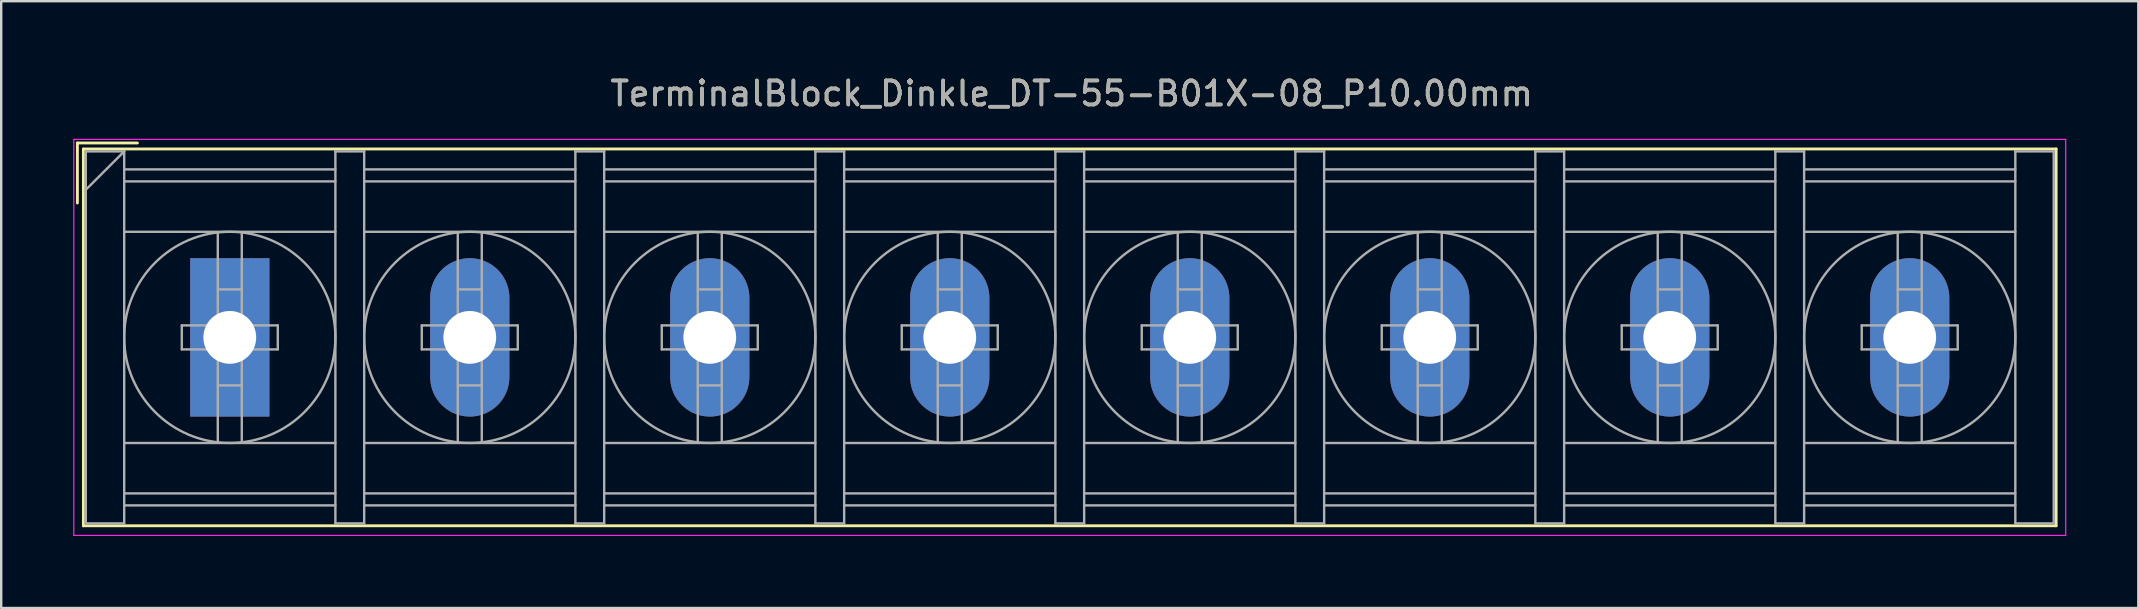
<source format=kicad_pcb>
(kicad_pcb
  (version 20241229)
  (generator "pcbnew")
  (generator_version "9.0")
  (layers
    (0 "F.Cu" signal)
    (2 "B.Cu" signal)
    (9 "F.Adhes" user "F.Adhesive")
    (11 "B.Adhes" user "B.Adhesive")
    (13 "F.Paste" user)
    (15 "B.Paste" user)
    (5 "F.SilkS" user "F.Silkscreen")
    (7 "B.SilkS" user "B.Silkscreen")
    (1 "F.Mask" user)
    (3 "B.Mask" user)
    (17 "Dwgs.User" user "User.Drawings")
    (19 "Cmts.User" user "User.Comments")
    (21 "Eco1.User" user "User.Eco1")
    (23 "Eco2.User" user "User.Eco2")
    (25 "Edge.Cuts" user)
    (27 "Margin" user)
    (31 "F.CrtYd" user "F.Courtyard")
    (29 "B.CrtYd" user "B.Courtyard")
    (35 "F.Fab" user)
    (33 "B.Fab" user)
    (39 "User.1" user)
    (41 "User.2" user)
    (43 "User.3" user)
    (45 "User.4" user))
  (footprint "TerminalBlock_Dinkle_DT-55-B01X-08_P10.00mm"
    (layer "F.Cu")
    (at 6.525 11.008)
    (property "Reference" "TerminalBlock_Dinkle_DT-55-B01X-08_P10.00mm" (at 35.08 -10.16 0) (layer "F.SilkS") (effects (font (size 1 1) (thickness 0.15))))
    (attr through_hole)
    (fp_line (start -6.35 -8.1) (end -3.85 -8.1) (stroke (width 0.12) (type solid)) (layer "F.SilkS"))
    (fp_line (start -6.35 -5.6) (end -6.35 -8.1) (stroke (width 0.12) (type solid)) (layer "F.SilkS"))
    (fp_line (start -6.1 -7.85) (end 76.1 -7.85) (stroke (width 0.12) (type solid)) (layer "F.SilkS"))
    (fp_line (start -6.1 7.85) (end -6.1 -7.85) (stroke (width 0.12) (type solid)) (layer "F.SilkS"))
    (fp_line (start -6.1 7.85) (end 76.1 7.85) (stroke (width 0.12) (type solid)) (layer "F.SilkS"))
    (fp_line (start 76.1 -7.85) (end 76.1 7.85) (stroke (width 0.12) (type solid)) (layer "F.SilkS"))
    (fp_line (start -6.5 -8.25) (end 76.5 -8.25) (stroke (width 0.05) (type solid)) (layer "F.CrtYd"))
    (fp_line (start -6.5 8.25) (end -6.5 -8.25) (stroke (width 0.05) (type solid)) (layer "F.CrtYd"))
    (fp_line (start -6.5 8.25) (end 76.5 8.25) (stroke (width 0.05) (type solid)) (layer "F.CrtYd"))
    (fp_line (start 76.5 -8.25) (end 76.5 8.25) (stroke (width 0.05) (type solid)) (layer "F.CrtYd"))
    (fp_line (start -6 -7.75) (end -6 7.75) (stroke (width 0.1) (type solid)) (layer "F.Fab"))
    (fp_line (start -6 -7.75) (end -4.4 -7.75) (stroke (width 0.1) (type solid)) (layer "F.Fab"))
    (fp_line (start -6 7.75) (end -4.4 7.75) (stroke (width 0.1) (type solid)) (layer "F.Fab"))
    (fp_line (start -4.4 -7.75) (end -6 -6.15) (stroke (width 0.1) (type solid)) (layer "F.Fab"))
    (fp_line (start -4.4 -7.75) (end -4.4 7.75) (stroke (width 0.1) (type solid)) (layer "F.Fab"))
    (fp_line (start -4.4 -7) (end 4.4 -7) (stroke (width 0.1) (type solid)) (layer "F.Fab"))
    (fp_line (start -4.4 -6.5) (end 4.4 -6.5) (stroke (width 0.1) (type solid)) (layer "F.Fab"))
    (fp_line (start -4.4 -4.4) (end 4.4 -4.4) (stroke (width 0.1) (type solid)) (layer "F.Fab"))
    (fp_line (start -4.4 4.4) (end 4.4 4.4) (stroke (width 0.1) (type solid)) (layer "F.Fab"))
    (fp_line (start -4.4 6.5) (end 4.4 6.5) (stroke (width 0.1) (type solid)) (layer "F.Fab"))
    (fp_line (start -4.4 7) (end 4.4 7) (stroke (width 0.1) (type solid)) (layer "F.Fab"))
    (fp_line (start -2 -0.5) (end -2 0.5) (stroke (width 0.1) (type solid)) (layer "F.Fab"))
    (fp_line (start -2 0.5) (end -0.5 0.5) (stroke (width 0.1) (type solid)) (layer "F.Fab"))
    (fp_line (start -0.5 -4.35) (end -0.5 -0.5) (stroke (width 0.1) (type solid)) (layer "F.Fab"))
    (fp_line (start -0.5 -2) (end 0.5 -2) (stroke (width 0.1) (type solid)) (layer "F.Fab"))
    (fp_line (start -0.5 -0.5) (end -2 -0.5) (stroke (width 0.1) (type solid)) (layer "F.Fab"))
    (fp_line (start -0.5 0.5) (end -0.5 4.35) (stroke (width 0.1) (type solid)) (layer "F.Fab"))
    (fp_line (start -0.5 2) (end 0.5 2) (stroke (width 0.1) (type solid)) (layer "F.Fab"))
    (fp_line (start 0.5 -4.35) (end 0.5 -0.5) (stroke (width 0.1) (type solid)) (layer "F.Fab"))
    (fp_line (start 0.5 -0.5) (end 2 -0.5) (stroke (width 0.1) (type solid)) (layer "F.Fab"))
    (fp_line (start 0.5 0.5) (end 0.5 4.35) (stroke (width 0.1) (type solid)) (layer "F.Fab"))
    (fp_line (start 2 -0.5) (end 2 0.5) (stroke (width 0.1) (type solid)) (layer "F.Fab"))
    (fp_line (start 2 0.5) (end 0.5 0.5) (stroke (width 0.1) (type solid)) (layer "F.Fab"))
    (fp_line (start 4.4 -7.75) (end 4.4 7.75) (stroke (width 0.1) (type solid)) (layer "F.Fab"))
    (fp_line (start 4.4 -7.75) (end 5.6 -7.75) (stroke (width 0.1) (type solid)) (layer "F.Fab"))
    (fp_line (start 4.4 7.75) (end 5.6 7.75) (stroke (width 0.1) (type solid)) (layer "F.Fab"))
    (fp_line (start 5.6 -7.75) (end 5.6 7.75) (stroke (width 0.1) (type solid)) (layer "F.Fab"))
    (fp_line (start 5.6 -7) (end 14.4 -7) (stroke (width 0.1) (type solid)) (layer "F.Fab"))
    (fp_line (start 5.6 -6.5) (end 14.4 -6.5) (stroke (width 0.1) (type solid)) (layer "F.Fab"))
    (fp_line (start 5.6 -4.4) (end 14.4 -4.4) (stroke (width 0.1) (type solid)) (layer "F.Fab"))
    (fp_line (start 5.6 4.4) (end 14.4 4.4) (stroke (width 0.1) (type solid)) (layer "F.Fab"))
    (fp_line (start 5.6 6.5) (end 14.4 6.5) (stroke (width 0.1) (type solid)) (layer "F.Fab"))
    (fp_line (start 5.6 7) (end 14.4 7) (stroke (width 0.1) (type solid)) (layer "F.Fab"))
    (fp_line (start 8 -0.5) (end 8 0.5) (stroke (width 0.1) (type solid)) (layer "F.Fab"))
    (fp_line (start 8 0.5) (end 9.5 0.5) (stroke (width 0.1) (type solid)) (layer "F.Fab"))
    (fp_line (start 9.5 -4.35) (end 9.5 -0.5) (stroke (width 0.1) (type solid)) (layer "F.Fab"))
    (fp_line (start 9.5 -2) (end 10.5 -2) (stroke (width 0.1) (type solid)) (layer "F.Fab"))
    (fp_line (start 9.5 -0.5) (end 8 -0.5) (stroke (width 0.1) (type solid)) (layer "F.Fab"))
    (fp_line (start 9.5 0.5) (end 9.5 4.35) (stroke (width 0.1) (type solid)) (layer "F.Fab"))
    (fp_line (start 9.5 2) (end 10.5 2) (stroke (width 0.1) (type solid)) (layer "F.Fab"))
    (fp_line (start 10.5 -4.35) (end 10.5 -0.5) (stroke (width 0.1) (type solid)) (layer "F.Fab"))
    (fp_line (start 10.5 -0.5) (end 12 -0.5) (stroke (width 0.1) (type solid)) (layer "F.Fab"))
    (fp_line (start 10.5 0.5) (end 10.5 4.35) (stroke (width 0.1) (type solid)) (layer "F.Fab"))
    (fp_line (start 12 -0.5) (end 12 0.5) (stroke (width 0.1) (type solid)) (layer "F.Fab"))
    (fp_line (start 12 0.5) (end 10.5 0.5) (stroke (width 0.1) (type solid)) (layer "F.Fab"))
    (fp_line (start 14.4 -7.75) (end 14.4 7.75) (stroke (width 0.1) (type solid)) (layer "F.Fab"))
    (fp_line (start 14.4 -7.75) (end 15.6 -7.75) (stroke (width 0.1) (type solid)) (layer "F.Fab"))
    (fp_line (start 14.4 7.75) (end 15.6 7.75) (stroke (width 0.1) (type solid)) (layer "F.Fab"))
    (fp_line (start 15.6 -7.75) (end 15.6 7.75) (stroke (width 0.1) (type solid)) (layer "F.Fab"))
    (fp_line (start 15.6 -7) (end 24.4 -7) (stroke (width 0.1) (type solid)) (layer "F.Fab"))
    (fp_line (start 15.6 -6.5) (end 24.4 -6.5) (stroke (width 0.1) (type solid)) (layer "F.Fab"))
    (fp_line (start 15.6 -4.4) (end 24.4 -4.4) (stroke (width 0.1) (type solid)) (layer "F.Fab"))
    (fp_line (start 15.6 4.4) (end 24.4 4.4) (stroke (width 0.1) (type solid)) (layer "F.Fab"))
    (fp_line (start 15.6 6.5) (end 24.4 6.5) (stroke (width 0.1) (type solid)) (layer "F.Fab"))
    (fp_line (start 15.6 7) (end 24.4 7) (stroke (width 0.1) (type solid)) (layer "F.Fab"))
    (fp_line (start 18 -0.5) (end 18 0.5) (stroke (width 0.1) (type solid)) (layer "F.Fab"))
    (fp_line (start 18 0.5) (end 19.5 0.5) (stroke (width 0.1) (type solid)) (layer "F.Fab"))
    (fp_line (start 19.5 -4.35) (end 19.5 -0.5) (stroke (width 0.1) (type solid)) (layer "F.Fab"))
    (fp_line (start 19.5 -2) (end 20.5 -2) (stroke (width 0.1) (type solid)) (layer "F.Fab"))
    (fp_line (start 19.5 -0.5) (end 18 -0.5) (stroke (width 0.1) (type solid)) (layer "F.Fab"))
    (fp_line (start 19.5 0.5) (end 19.5 4.35) (stroke (width 0.1) (type solid)) (layer "F.Fab"))
    (fp_line (start 19.5 2) (end 20.5 2) (stroke (width 0.1) (type solid)) (layer "F.Fab"))
    (fp_line (start 20.5 -4.35) (end 20.5 -0.5) (stroke (width 0.1) (type solid)) (layer "F.Fab"))
    (fp_line (start 20.5 -0.5) (end 22 -0.5) (stroke (width 0.1) (type solid)) (layer "F.Fab"))
    (fp_line (start 20.5 0.5) (end 20.5 4.35) (stroke (width 0.1) (type solid)) (layer "F.Fab"))
    (fp_line (start 22 -0.5) (end 22 0.5) (stroke (width 0.1) (type solid)) (layer "F.Fab"))
    (fp_line (start 22 0.5) (end 20.5 0.5) (stroke (width 0.1) (type solid)) (layer "F.Fab"))
    (fp_line (start 24.4 -7.75) (end 24.4 7.75) (stroke (width 0.1) (type solid)) (layer "F.Fab"))
    (fp_line (start 24.4 -7.75) (end 25.6 -7.75) (stroke (width 0.1) (type solid)) (layer "F.Fab"))
    (fp_line (start 24.4 7.75) (end 25.6 7.75) (stroke (width 0.1) (type solid)) (layer "F.Fab"))
    (fp_line (start 25.6 -7.75) (end 25.6 7.75) (stroke (width 0.1) (type solid)) (layer "F.Fab"))
    (fp_line (start 25.6 -7) (end 34.4 -7) (stroke (width 0.1) (type solid)) (layer "F.Fab"))
    (fp_line (start 25.6 -6.5) (end 34.4 -6.5) (stroke (width 0.1) (type solid)) (layer "F.Fab"))
    (fp_line (start 25.6 -4.4) (end 34.4 -4.4) (stroke (width 0.1) (type solid)) (layer "F.Fab"))
    (fp_line (start 25.6 4.4) (end 34.4 4.4) (stroke (width 0.1) (type solid)) (layer "F.Fab"))
    (fp_line (start 25.6 6.5) (end 34.4 6.5) (stroke (width 0.1) (type solid)) (layer "F.Fab"))
    (fp_line (start 25.6 7) (end 34.4 7) (stroke (width 0.1) (type solid)) (layer "F.Fab"))
    (fp_line (start 28 -0.5) (end 28 0.5) (stroke (width 0.1) (type solid)) (layer "F.Fab"))
    (fp_line (start 28 0.5) (end 29.5 0.5) (stroke (width 0.1) (type solid)) (layer "F.Fab"))
    (fp_line (start 29.5 -4.35) (end 29.5 -0.5) (stroke (width 0.1) (type solid)) (layer "F.Fab"))
    (fp_line (start 29.5 -2) (end 30.5 -2) (stroke (width 0.1) (type solid)) (layer "F.Fab"))
    (fp_line (start 29.5 -0.5) (end 28 -0.5) (stroke (width 0.1) (type solid)) (layer "F.Fab"))
    (fp_line (start 29.5 0.5) (end 29.5 4.35) (stroke (width 0.1) (type solid)) (layer "F.Fab"))
    (fp_line (start 29.5 2) (end 30.5 2) (stroke (width 0.1) (type solid)) (layer "F.Fab"))
    (fp_line (start 30.5 -4.35) (end 30.5 -0.5) (stroke (width 0.1) (type solid)) (layer "F.Fab"))
    (fp_line (start 30.5 -0.5) (end 32 -0.5) (stroke (width 0.1) (type solid)) (layer "F.Fab"))
    (fp_line (start 30.5 0.5) (end 30.5 4.35) (stroke (width 0.1) (type solid)) (layer "F.Fab"))
    (fp_line (start 32 -0.5) (end 32 0.5) (stroke (width 0.1) (type solid)) (layer "F.Fab"))
    (fp_line (start 32 0.5) (end 30.5 0.5) (stroke (width 0.1) (type solid)) (layer "F.Fab"))
    (fp_line (start 34.4 -7.75) (end 34.4 7.75) (stroke (width 0.1) (type solid)) (layer "F.Fab"))
    (fp_line (start 34.4 -7.75) (end 35.6 -7.75) (stroke (width 0.1) (type solid)) (layer "F.Fab"))
    (fp_line (start 34.4 7.75) (end 35.6 7.75) (stroke (width 0.1) (type solid)) (layer "F.Fab"))
    (fp_line (start 35.6 -7.75) (end 35.6 7.75) (stroke (width 0.1) (type solid)) (layer "F.Fab"))
    (fp_line (start 35.6 -7) (end 44.4 -7) (stroke (width 0.1) (type solid)) (layer "F.Fab"))
    (fp_line (start 35.6 -6.5) (end 44.4 -6.5) (stroke (width 0.1) (type solid)) (layer "F.Fab"))
    (fp_line (start 35.6 -4.4) (end 44.4 -4.4) (stroke (width 0.1) (type solid)) (layer "F.Fab"))
    (fp_line (start 35.6 4.4) (end 44.4 4.4) (stroke (width 0.1) (type solid)) (layer "F.Fab"))
    (fp_line (start 35.6 6.5) (end 44.4 6.5) (stroke (width 0.1) (type solid)) (layer "F.Fab"))
    (fp_line (start 35.6 7) (end 44.4 7) (stroke (width 0.1) (type solid)) (layer "F.Fab"))
    (fp_line (start 38 -0.5) (end 38 0.5) (stroke (width 0.1) (type solid)) (layer "F.Fab"))
    (fp_line (start 38 0.5) (end 39.5 0.5) (stroke (width 0.1) (type solid)) (layer "F.Fab"))
    (fp_line (start 39.5 -4.35) (end 39.5 -0.5) (stroke (width 0.1) (type solid)) (layer "F.Fab"))
    (fp_line (start 39.5 -2) (end 40.5 -2) (stroke (width 0.1) (type solid)) (layer "F.Fab"))
    (fp_line (start 39.5 -0.5) (end 38 -0.5) (stroke (width 0.1) (type solid)) (layer "F.Fab"))
    (fp_line (start 39.5 0.5) (end 39.5 4.35) (stroke (width 0.1) (type solid)) (layer "F.Fab"))
    (fp_line (start 39.5 2) (end 40.5 2) (stroke (width 0.1) (type solid)) (layer "F.Fab"))
    (fp_line (start 40.5 -4.35) (end 40.5 -0.5) (stroke (width 0.1) (type solid)) (layer "F.Fab"))
    (fp_line (start 40.5 -0.5) (end 42 -0.5) (stroke (width 0.1) (type solid)) (layer "F.Fab"))
    (fp_line (start 40.5 0.5) (end 40.5 4.35) (stroke (width 0.1) (type solid)) (layer "F.Fab"))
    (fp_line (start 42 -0.5) (end 42 0.5) (stroke (width 0.1) (type solid)) (layer "F.Fab"))
    (fp_line (start 42 0.5) (end 40.5 0.5) (stroke (width 0.1) (type solid)) (layer "F.Fab"))
    (fp_line (start 44.4 -7.75) (end 44.4 7.75) (stroke (width 0.1) (type solid)) (layer "F.Fab"))
    (fp_line (start 44.4 -7.75) (end 45.6 -7.75) (stroke (width 0.1) (type solid)) (layer "F.Fab"))
    (fp_line (start 44.4 7.75) (end 45.6 7.75) (stroke (width 0.1) (type solid)) (layer "F.Fab"))
    (fp_line (start 45.6 -7.75) (end 45.6 7.75) (stroke (width 0.1) (type solid)) (layer "F.Fab"))
    (fp_line (start 45.6 -7) (end 54.4 -7) (stroke (width 0.1) (type solid)) (layer "F.Fab"))
    (fp_line (start 45.6 -6.5) (end 54.4 -6.5) (stroke (width 0.1) (type solid)) (layer "F.Fab"))
    (fp_line (start 45.6 -4.4) (end 54.4 -4.4) (stroke (width 0.1) (type solid)) (layer "F.Fab"))
    (fp_line (start 45.6 4.4) (end 54.4 4.4) (stroke (width 0.1) (type solid)) (layer "F.Fab"))
    (fp_line (start 45.6 6.5) (end 54.4 6.5) (stroke (width 0.1) (type solid)) (layer "F.Fab"))
    (fp_line (start 45.6 7) (end 54.4 7) (stroke (width 0.1) (type solid)) (layer "F.Fab"))
    (fp_line (start 48 -0.5) (end 48 0.5) (stroke (width 0.1) (type solid)) (layer "F.Fab"))
    (fp_line (start 48 0.5) (end 49.5 0.5) (stroke (width 0.1) (type solid)) (layer "F.Fab"))
    (fp_line (start 49.5 -4.35) (end 49.5 -0.5) (stroke (width 0.1) (type solid)) (layer "F.Fab"))
    (fp_line (start 49.5 -2) (end 50.5 -2) (stroke (width 0.1) (type solid)) (layer "F.Fab"))
    (fp_line (start 49.5 -0.5) (end 48 -0.5) (stroke (width 0.1) (type solid)) (layer "F.Fab"))
    (fp_line (start 49.5 0.5) (end 49.5 4.35) (stroke (width 0.1) (type solid)) (layer "F.Fab"))
    (fp_line (start 49.5 2) (end 50.5 2) (stroke (width 0.1) (type solid)) (layer "F.Fab"))
    (fp_line (start 50.5 -4.35) (end 50.5 -0.5) (stroke (width 0.1) (type solid)) (layer "F.Fab"))
    (fp_line (start 50.5 -0.5) (end 52 -0.5) (stroke (width 0.1) (type solid)) (layer "F.Fab"))
    (fp_line (start 50.5 0.5) (end 50.5 4.35) (stroke (width 0.1) (type solid)) (layer "F.Fab"))
    (fp_line (start 52 -0.5) (end 52 0.5) (stroke (width 0.1) (type solid)) (layer "F.Fab"))
    (fp_line (start 52 0.5) (end 50.5 0.5) (stroke (width 0.1) (type solid)) (layer "F.Fab"))
    (fp_line (start 54.4 -7.75) (end 54.4 7.75) (stroke (width 0.1) (type solid)) (layer "F.Fab"))
    (fp_line (start 54.4 -7.75) (end 55.6 -7.75) (stroke (width 0.1) (type solid)) (layer "F.Fab"))
    (fp_line (start 54.4 7.75) (end 55.6 7.75) (stroke (width 0.1) (type solid)) (layer "F.Fab"))
    (fp_line (start 55.6 -7.75) (end 55.6 7.75) (stroke (width 0.1) (type solid)) (layer "F.Fab"))
    (fp_line (start 55.6 -7) (end 64.4 -7) (stroke (width 0.1) (type solid)) (layer "F.Fab"))
    (fp_line (start 55.6 -6.5) (end 64.4 -6.5) (stroke (width 0.1) (type solid)) (layer "F.Fab"))
    (fp_line (start 55.6 -4.4) (end 64.4 -4.4) (stroke (width 0.1) (type solid)) (layer "F.Fab"))
    (fp_line (start 55.6 4.4) (end 64.4 4.4) (stroke (width 0.1) (type solid)) (layer "F.Fab"))
    (fp_line (start 55.6 6.5) (end 64.4 6.5) (stroke (width 0.1) (type solid)) (layer "F.Fab"))
    (fp_line (start 55.6 7) (end 64.4 7) (stroke (width 0.1) (type solid)) (layer "F.Fab"))
    (fp_line (start 58 -0.5) (end 58 0.5) (stroke (width 0.1) (type solid)) (layer "F.Fab"))
    (fp_line (start 58 0.5) (end 59.5 0.5) (stroke (width 0.1) (type solid)) (layer "F.Fab"))
    (fp_line (start 59.5 -4.35) (end 59.5 -0.5) (stroke (width 0.1) (type solid)) (layer "F.Fab"))
    (fp_line (start 59.5 -2) (end 60.5 -2) (stroke (width 0.1) (type solid)) (layer "F.Fab"))
    (fp_line (start 59.5 -0.5) (end 58 -0.5) (stroke (width 0.1) (type solid)) (layer "F.Fab"))
    (fp_line (start 59.5 0.5) (end 59.5 4.35) (stroke (width 0.1) (type solid)) (layer "F.Fab"))
    (fp_line (start 59.5 2) (end 60.5 2) (stroke (width 0.1) (type solid)) (layer "F.Fab"))
    (fp_line (start 60.5 -4.35) (end 60.5 -0.5) (stroke (width 0.1) (type solid)) (layer "F.Fab"))
    (fp_line (start 60.5 -0.5) (end 62 -0.5) (stroke (width 0.1) (type solid)) (layer "F.Fab"))
    (fp_line (start 60.5 0.5) (end 60.5 4.35) (stroke (width 0.1) (type solid)) (layer "F.Fab"))
    (fp_line (start 62 -0.5) (end 62 0.5) (stroke (width 0.1) (type solid)) (layer "F.Fab"))
    (fp_line (start 62 0.5) (end 60.5 0.5) (stroke (width 0.1) (type solid)) (layer "F.Fab"))
    (fp_line (start 64.4 -7.75) (end 64.4 7.75) (stroke (width 0.1) (type solid)) (layer "F.Fab"))
    (fp_line (start 64.4 -7.75) (end 65.6 -7.75) (stroke (width 0.1) (type solid)) (layer "F.Fab"))
    (fp_line (start 64.4 7.75) (end 65.6 7.75) (stroke (width 0.1) (type solid)) (layer "F.Fab"))
    (fp_line (start 65.6 -7.75) (end 65.6 7.75) (stroke (width 0.1) (type solid)) (layer "F.Fab"))
    (fp_line (start 65.6 -7) (end 74.4 -7) (stroke (width 0.1) (type solid)) (layer "F.Fab"))
    (fp_line (start 65.6 -6.5) (end 74.4 -6.5) (stroke (width 0.1) (type solid)) (layer "F.Fab"))
    (fp_line (start 65.6 -4.4) (end 74.4 -4.4) (stroke (width 0.1) (type solid)) (layer "F.Fab"))
    (fp_line (start 65.6 4.4) (end 74.4 4.4) (stroke (width 0.1) (type solid)) (layer "F.Fab"))
    (fp_line (start 65.6 6.5) (end 74.4 6.5) (stroke (width 0.1) (type solid)) (layer "F.Fab"))
    (fp_line (start 65.6 7) (end 74.4 7) (stroke (width 0.1) (type solid)) (layer "F.Fab"))
    (fp_line (start 68 -0.5) (end 68 0.5) (stroke (width 0.1) (type solid)) (layer "F.Fab"))
    (fp_line (start 68 0.5) (end 69.5 0.5) (stroke (width 0.1) (type solid)) (layer "F.Fab"))
    (fp_line (start 69.5 -4.35) (end 69.5 -0.5) (stroke (width 0.1) (type solid)) (layer "F.Fab"))
    (fp_line (start 69.5 -2) (end 70.5 -2) (stroke (width 0.1) (type solid)) (layer "F.Fab"))
    (fp_line (start 69.5 -0.5) (end 68 -0.5) (stroke (width 0.1) (type solid)) (layer "F.Fab"))
    (fp_line (start 69.5 0.5) (end 69.5 4.35) (stroke (width 0.1) (type solid)) (layer "F.Fab"))
    (fp_line (start 69.5 2) (end 70.5 2) (stroke (width 0.1) (type solid)) (layer "F.Fab"))
    (fp_line (start 70.5 -4.35) (end 70.5 -0.5) (stroke (width 0.1) (type solid)) (layer "F.Fab"))
    (fp_line (start 70.5 -0.5) (end 72 -0.5) (stroke (width 0.1) (type solid)) (layer "F.Fab"))
    (fp_line (start 70.5 0.5) (end 70.5 4.35) (stroke (width 0.1) (type solid)) (layer "F.Fab"))
    (fp_line (start 72 -0.5) (end 72 0.5) (stroke (width 0.1) (type solid)) (layer "F.Fab"))
    (fp_line (start 72 0.5) (end 70.5 0.5) (stroke (width 0.1) (type solid)) (layer "F.Fab"))
    (fp_line (start 74.4 -7.75) (end 74.4 7.75) (stroke (width 0.1) (type solid)) (layer "F.Fab"))
    (fp_line (start 74.4 -7.75) (end 76 -7.75) (stroke (width 0.1) (type solid)) (layer "F.Fab"))
    (fp_line (start 74.4 7.75) (end 76 7.75) (stroke (width 0.1) (type solid)) (layer "F.Fab"))
    (fp_line (start 76 -7.75) (end 76 7.75) (stroke (width 0.1) (type solid)) (layer "F.Fab"))
    (fp_circle (center 0 0) (end 0.5 0.5) (stroke (width 0.1) (type solid)) (fill no) (layer "F.Fab"))
    (fp_circle (center 0 0) (end 4.4 0) (stroke (width 0.1) (type solid)) (fill no) (layer "F.Fab"))
    (fp_circle (center 10 0) (end 10.5 0.5) (stroke (width 0.1) (type solid)) (fill no) (layer "F.Fab"))
    (fp_circle (center 10 0) (end 14.4 0) (stroke (width 0.1) (type solid)) (fill no) (layer "F.Fab"))
    (fp_circle (center 20 0) (end 20.5 0.5) (stroke (width 0.1) (type solid)) (fill no) (layer "F.Fab"))
    (fp_circle (center 20 0) (end 24.4 0) (stroke (width 0.1) (type solid)) (fill no) (layer "F.Fab"))
    (fp_circle (center 30 0) (end 30.5 0.5) (stroke (width 0.1) (type solid)) (fill no) (layer "F.Fab"))
    (fp_circle (center 30 0) (end 34.4 0) (stroke (width 0.1) (type solid)) (fill no) (layer "F.Fab"))
    (fp_circle (center 40 0) (end 40.5 0.5) (stroke (width 0.1) (type solid)) (fill no) (layer "F.Fab"))
    (fp_circle (center 40 0) (end 44.4 0) (stroke (width 0.1) (type solid)) (fill no) (layer "F.Fab"))
    (fp_circle (center 50 0) (end 50.5 0.5) (stroke (width 0.1) (type solid)) (fill no) (layer "F.Fab"))
    (fp_circle (center 50 0) (end 54.4 0) (stroke (width 0.1) (type solid)) (fill no) (layer "F.Fab"))
    (fp_circle (center 60 0) (end 60.5 0.5) (stroke (width 0.1) (type solid)) (fill no) (layer "F.Fab"))
    (fp_circle (center 60 0) (end 64.4 0) (stroke (width 0.1) (type solid)) (fill no) (layer "F.Fab"))
    (fp_circle (center 70 0) (end 70.5 0.5) (stroke (width 0.1) (type solid)) (fill no) (layer "F.Fab"))
    (fp_circle (center 70 0) (end 74.4 0) (stroke (width 0.1) (type solid)) (fill no) (layer "F.Fab"))
    (fp_text user "${REFERENCE}" (at 35.08 -10.16 0) (layer "F.Fab") (effects (font (size 1 1) (thickness 0.15))))
    (pad "1" thru_hole rect (at 0 0) (size 3.3 6.6) (drill 2.2) (layers "*.Cu" "*.Mask"))
    (pad "2" thru_hole oval (at 10 0) (size 3.3 6.6) (drill 2.2) (layers "*.Cu" "*.Mask"))
    (pad "3" thru_hole oval (at 20 0) (size 3.3 6.6) (drill 2.2) (layers "*.Cu" "*.Mask"))
    (pad "4" thru_hole oval (at 30 0) (size 3.3 6.6) (drill 2.2) (layers "*.Cu" "*.Mask"))
    (pad "5" thru_hole oval (at 40 0) (size 3.3 6.6) (drill 2.2) (layers "*.Cu" "*.Mask"))
    (pad "6" thru_hole oval (at 50 0) (size 3.3 6.6) (drill 2.2) (layers "*.Cu" "*.Mask"))
    (pad "7" thru_hole oval (at 60 0) (size 3.3 6.6) (drill 2.2) (layers "*.Cu" "*.Mask"))
    (pad "8" thru_hole oval (at 70 0) (size 3.3 6.6) (drill 2.2) (layers "*.Cu" "*.Mask")))
  (gr_rect
    (start -3 -3)
    (end 86.05 22.283)
    (stroke (width 0.1) (type default))
    (fill no)
    (layer "Edge.Cuts")))
</source>
